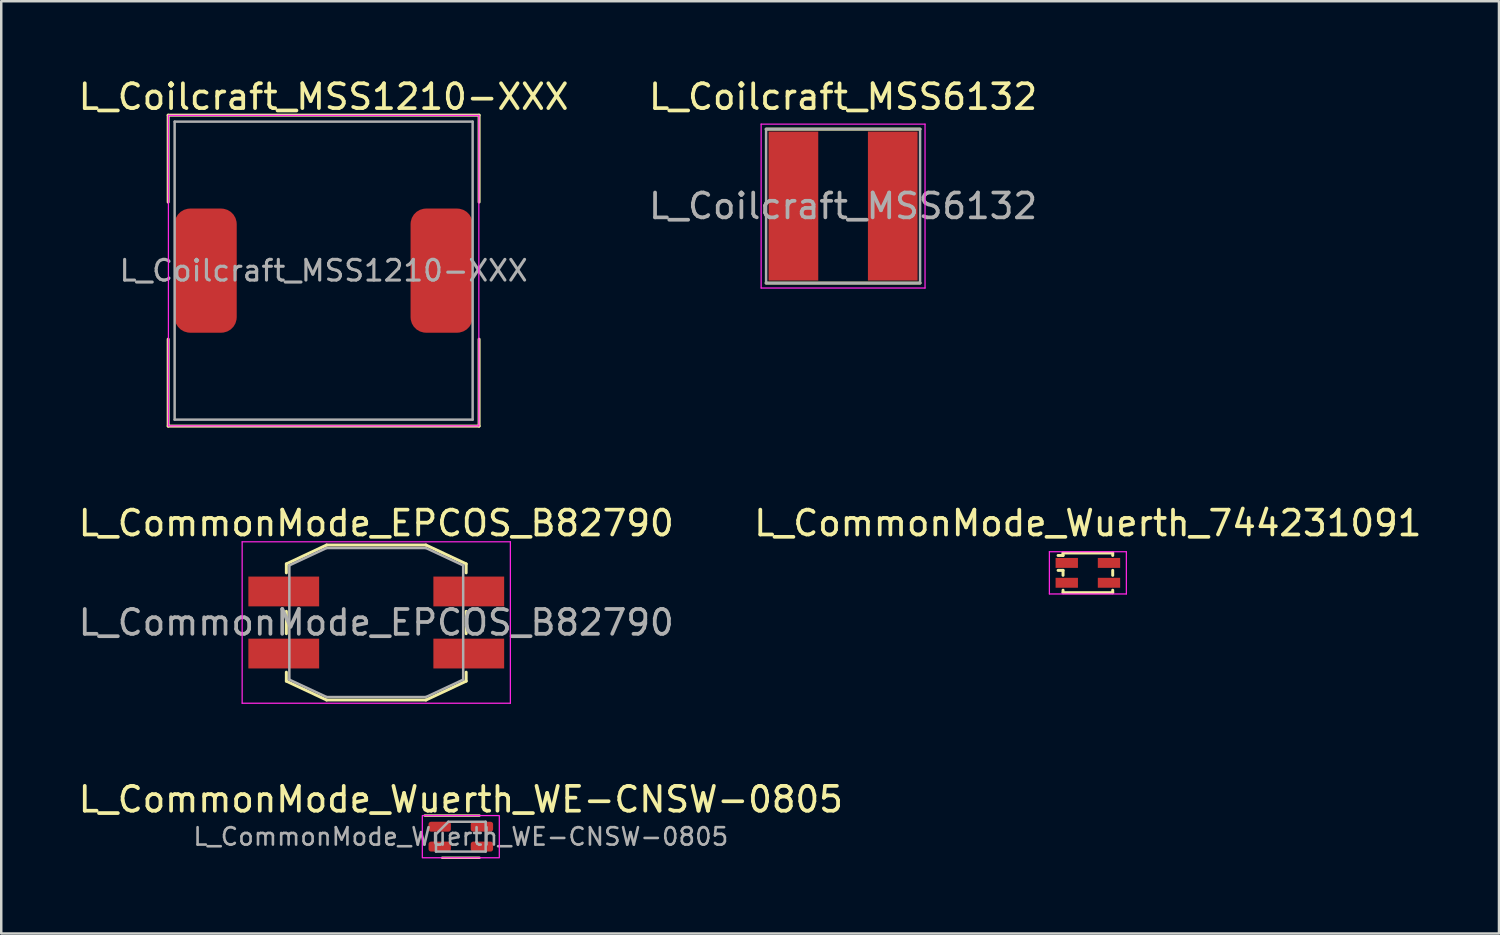
<source format=kicad_pcb>
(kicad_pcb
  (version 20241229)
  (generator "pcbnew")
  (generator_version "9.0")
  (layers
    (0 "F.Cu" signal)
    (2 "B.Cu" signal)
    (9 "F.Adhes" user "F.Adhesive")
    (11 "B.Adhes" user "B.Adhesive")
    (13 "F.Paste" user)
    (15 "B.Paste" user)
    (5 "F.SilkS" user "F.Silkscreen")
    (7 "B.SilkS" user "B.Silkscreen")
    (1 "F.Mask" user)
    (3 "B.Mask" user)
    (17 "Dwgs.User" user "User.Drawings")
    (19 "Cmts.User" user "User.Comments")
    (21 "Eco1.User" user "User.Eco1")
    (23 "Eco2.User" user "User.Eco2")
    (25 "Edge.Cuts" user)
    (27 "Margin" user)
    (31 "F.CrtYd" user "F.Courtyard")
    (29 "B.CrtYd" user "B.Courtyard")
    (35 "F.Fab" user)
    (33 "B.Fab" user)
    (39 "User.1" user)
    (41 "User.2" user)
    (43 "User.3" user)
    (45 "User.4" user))
  (footprint "L_Coilcraft_MSS1210-XXX"
    (layer "F.Cu")
    (at 9.982 7.848)
    (property "Reference" "L_Coilcraft_MSS1210-XXX" (at 0 -7 0) (layer "F.SilkS") (effects (font (size 1 1) (thickness 0.15))))
    (attr smd)
    (fp_line (start -6.26 -6.26) (end -6.26 -2.76) (stroke (width 0.12) (type solid)) (layer "F.SilkS"))
    (fp_line (start -6.26 -6.26) (end 6.26 -6.26) (stroke (width 0.12) (type solid)) (layer "F.SilkS"))
    (fp_line (start -6.26 6.26) (end -6.26 2.76) (stroke (width 0.12) (type solid)) (layer "F.SilkS"))
    (fp_line (start -6.26 6.26) (end 6.26 6.26) (stroke (width 0.12) (type solid)) (layer "F.SilkS"))
    (fp_line (start 6.26 -6.26) (end 6.26 -2.76) (stroke (width 0.12) (type solid)) (layer "F.SilkS"))
    (fp_line (start 6.26 6.26) (end 6.26 2.76) (stroke (width 0.12) (type solid)) (layer "F.SilkS"))
    (fp_line (start -6.25 -6.25) (end -6.25 6.25) (stroke (width 0.05) (type solid)) (layer "F.CrtYd"))
    (fp_line (start -6.25 6.25) (end 6.25 6.25) (stroke (width 0.05) (type solid)) (layer "F.CrtYd"))
    (fp_line (start 6.25 -6.25) (end -6.25 -6.25) (stroke (width 0.05) (type solid)) (layer "F.CrtYd"))
    (fp_line (start 6.25 6.25) (end 6.25 -6.25) (stroke (width 0.05) (type solid)) (layer "F.CrtYd"))
    (fp_line (start -6 -6) (end -6 6) (stroke (width 0.1) (type solid)) (layer "F.Fab"))
    (fp_line (start -6 6) (end 6 6) (stroke (width 0.1) (type solid)) (layer "F.Fab"))
    (fp_line (start 6 -6) (end -6 -6) (stroke (width 0.1) (type solid)) (layer "F.Fab"))
    (fp_line (start 6 6) (end 6 -6) (stroke (width 0.1) (type solid)) (layer "F.Fab"))
    (fp_text user "${REFERENCE}" (at 0 0 0) (layer "F.Fab") (effects (font (size 0.833 0.833) (thickness 0.125))))
    (pad "1" smd roundrect (at -4.75 0) (size 2.5 5) (layers "F.Cu" "F.Mask" "F.Paste") (roundrect_rratio 0.25))
    (pad "2" smd roundrect (at 4.75 0) (size 2.5 5) (layers "F.Cu" "F.Mask" "F.Paste") (roundrect_rratio 0.25)))
  (footprint "L_CommonMode_Wuerth_WE-CNSW-0805"
    (layer "F.Cu")
    (at 15.506 30.64)
    (property "Reference" "L_CommonMode_Wuerth_WE-CNSW-0805" (at 0 -1.5 0) (unlocked yes) (layer "F.SilkS") (effects (font (size 1 1) (thickness 0.15))))
    (attr smd)
    (fp_line (start -1.45 -0.85) (end 0.75 -0.85) (stroke (width 0.1) (type default)) (layer "F.SilkS"))
    (fp_line (start -0.75 0.85) (end 0.75 0.85) (stroke (width 0.1) (type default)) (layer "F.SilkS"))
    (fp_rect (start -1.55 -0.85) (end 1.55 0.85) (stroke (width 0.05) (type default)) (fill no) (layer "F.CrtYd"))
    (fp_line (start -1 -0.1) (end -0.5 -0.6) (stroke (width 0.1) (type default)) (layer "F.Fab"))
    (fp_line (start -1 0.6) (end -1 -0.1) (stroke (width 0.1) (type default)) (layer "F.Fab"))
    (fp_line (start -0.5 -0.6) (end 1 -0.6) (stroke (width 0.1) (type default)) (layer "F.Fab"))
    (fp_line (start 1 -0.6) (end 1 0.6) (stroke (width 0.1) (type default)) (layer "F.Fab"))
    (fp_line (start 1 0.6) (end -1 0.6) (stroke (width 0.1) (type default)) (layer "F.Fab"))
    (fp_text user "${REFERENCE}" (at 0 0 0) (unlocked yes) (layer "F.Fab") (effects (font (size 0.7 0.7) (thickness 0.105))))
    (pad "1" smd roundrect (at -0.85 -0.4) (size 0.9 0.4) (layers "F.Cu" "F.Mask" "F.Paste") (roundrect_rratio 0.25))
    (pad "2" smd roundrect (at 0.85 -0.4) (size 0.9 0.4) (layers "F.Cu" "F.Mask" "F.Paste") (roundrect_rratio 0.25))
    (pad "3" smd roundrect (at -0.85 0.4) (size 0.9 0.4) (layers "F.Cu" "F.Mask" "F.Paste") (roundrect_rratio 0.25))
    (pad "4" smd roundrect (at 0.85 0.4) (size 0.9 0.4) (layers "F.Cu" "F.Mask" "F.Paste") (roundrect_rratio 0.25)))
  (footprint "L_Coilcraft_MSS6132"
    (layer "F.Cu")
    (at 30.899 5.248)
    (property "Reference" "L_Coilcraft_MSS6132" (at 0 -4.4 0) (layer "F.SilkS") (effects (font (size 1 1) (thickness 0.15))))
    (attr smd)
    (fp_line (start -3.1 -3.1) (end 3.1 -3.1) (stroke (width 0.12) (type solid)) (layer "F.SilkS"))
    (fp_line (start 3.1 3.1) (end -3.1 3.1) (stroke (width 0.12) (type solid)) (layer "F.SilkS"))
    (fp_line (start -3.3 -3.3) (end 3.3 -3.3) (stroke (width 0.05) (type solid)) (layer "F.CrtYd"))
    (fp_line (start -3.3 3.3) (end -3.3 -3.3) (stroke (width 0.05) (type solid)) (layer "F.CrtYd"))
    (fp_line (start 3.3 -3.3) (end 3.3 3.3) (stroke (width 0.05) (type solid)) (layer "F.CrtYd"))
    (fp_line (start 3.3 3.3) (end -3.3 3.3) (stroke (width 0.05) (type solid)) (layer "F.CrtYd"))
    (fp_line (start -3.1 -3.1) (end 3.1 -3.1) (stroke (width 0.1) (type solid)) (layer "F.Fab"))
    (fp_line (start -3.1 3.1) (end -3.1 -3.1) (stroke (width 0.1) (type solid)) (layer "F.Fab"))
    (fp_line (start 3.1 -3.1) (end 3.1 3.1) (stroke (width 0.1) (type solid)) (layer "F.Fab"))
    (fp_line (start 3.1 3.1) (end -3.1 3.1) (stroke (width 0.1) (type solid)) (layer "F.Fab"))
    (fp_text user "${REFERENCE}" (at 0 0 0) (layer "F.Fab") (effects (font (size 1 1) (thickness 0.15))))
    (pad "1" smd rect (at -2 0) (size 2 6) (layers "F.Cu" "F.Mask" "F.Paste"))
    (pad "2" smd rect (at 2 0) (size 2 6) (layers "F.Cu" "F.Mask" "F.Paste")))
  (footprint "L_CommonMode_Wuerth_744231091"
    (layer "F.Cu")
    (at 40.756 20.017)
    (property "Reference" "L_CommonMode_Wuerth_744231091" (at 0 -2 0) (layer "F.SilkS") (effects (font (size 1 1) (thickness 0.15))))
    (attr smd)
    (fp_line (start -1 -0.8) (end 1 -0.8) (stroke (width 0.12) (type solid)) (layer "F.SilkS"))
    (fp_line (start -1 -0.7) (end -1.2 -0.7) (stroke (width 0.12) (type solid)) (layer "F.SilkS"))
    (fp_line (start -1 -0.7) (end -1 -0.8) (stroke (width 0.12) (type solid)) (layer "F.SilkS"))
    (fp_line (start -1 -0.1) (end -1.2 -0.1) (stroke (width 0.12) (type solid)) (layer "F.SilkS"))
    (fp_line (start -1 0.1) (end -1 -0.1) (stroke (width 0.12) (type solid)) (layer "F.SilkS"))
    (fp_line (start -1 0.8) (end -1 0.7) (stroke (width 0.12) (type solid)) (layer "F.SilkS"))
    (fp_line (start -1 0.8) (end 1 0.8) (stroke (width 0.12) (type solid)) (layer "F.SilkS"))
    (fp_line (start 1 -0.7) (end 1 -0.8) (stroke (width 0.12) (type solid)) (layer "F.SilkS"))
    (fp_line (start 1 0.1) (end 1 -0.1) (stroke (width 0.12) (type solid)) (layer "F.SilkS"))
    (fp_line (start 1 0.8) (end 1 0.7) (stroke (width 0.12) (type solid)) (layer "F.SilkS"))
    (fp_line (start -1.55 -0.85) (end -1.55 0.85) (stroke (width 0.05) (type solid)) (layer "F.CrtYd"))
    (fp_line (start -1.55 -0.85) (end 1.55 -0.85) (stroke (width 0.05) (type solid)) (layer "F.CrtYd"))
    (fp_line (start -1.55 0.85) (end 1.55 0.85) (stroke (width 0.05) (type solid)) (layer "F.CrtYd"))
    (fp_line (start 1.55 -0.85) (end 1.55 0.85) (stroke (width 0.05) (type solid)) (layer "F.CrtYd"))
    (pad "1" smd trapezoid (at -0.85 -0.4) (size 0.9 0.4) (layers "F.Cu" "F.Mask" "F.Paste"))
    (pad "2" smd trapezoid (at 0.85 -0.4) (size 0.9 0.4) (layers "F.Cu" "F.Mask" "F.Paste"))
    (pad "3" smd trapezoid (at -0.85 0.4) (size 0.9 0.4) (layers "F.Cu" "F.Mask" "F.Paste"))
    (pad "4" smd trapezoid (at 0.85 0.4) (size 0.9 0.4) (layers "F.Cu" "F.Mask" "F.Paste")))
  (footprint "L_CommonMode_EPCOS_B82790"
    (layer "F.Cu")
    (at 12.101 22.017)
    (property "Reference" "L_CommonMode_EPCOS_B82790" (at 0 -4 0) (layer "F.SilkS") (effects (font (size 1 1) (thickness 0.15))))
    (attr smd)
    (fp_line (start -3.62 -2.36) (end -3.62 -2) (stroke (width 0.12) (type solid)) (layer "F.SilkS"))
    (fp_line (start -3.62 -0.45) (end -3.62 0.45) (stroke (width 0.12) (type solid)) (layer "F.SilkS"))
    (fp_line (start -3.62 2.36) (end -3.62 2) (stroke (width 0.12) (type solid)) (layer "F.SilkS"))
    (fp_line (start -2 -3.12) (end -3.62 -2.36) (stroke (width 0.12) (type solid)) (layer "F.SilkS"))
    (fp_line (start -2 -3.12) (end 2 -3.12) (stroke (width 0.12) (type solid)) (layer "F.SilkS"))
    (fp_line (start -2 3.12) (end -3.62 2.36) (stroke (width 0.12) (type solid)) (layer "F.SilkS"))
    (fp_line (start 2 -3.12) (end 3.62 -2.36) (stroke (width 0.12) (type solid)) (layer "F.SilkS"))
    (fp_line (start 2 3.12) (end -2 3.12) (stroke (width 0.12) (type solid)) (layer "F.SilkS"))
    (fp_line (start 2 3.12) (end 3.62 2.36) (stroke (width 0.12) (type solid)) (layer "F.SilkS"))
    (fp_line (start 3.62 -2.36) (end 3.62 -2) (stroke (width 0.12) (type solid)) (layer "F.SilkS"))
    (fp_line (start 3.62 -0.45) (end 3.62 0.45) (stroke (width 0.12) (type solid)) (layer "F.SilkS"))
    (fp_line (start 3.62 2.36) (end 3.62 2) (stroke (width 0.12) (type solid)) (layer "F.SilkS"))
    (fp_line (start -5.4 -3.25) (end 5.4 -3.25) (stroke (width 0.05) (type solid)) (layer "F.CrtYd"))
    (fp_line (start -5.4 3.25) (end -5.4 -3.25) (stroke (width 0.05) (type solid)) (layer "F.CrtYd"))
    (fp_line (start 5.4 -3.25) (end 5.4 3.25) (stroke (width 0.05) (type solid)) (layer "F.CrtYd"))
    (fp_line (start 5.4 3.25) (end -5.4 3.25) (stroke (width 0.05) (type solid)) (layer "F.CrtYd"))
    (fp_line (start -3.5 -2.3) (end -3.5 2.3) (stroke (width 0.1) (type solid)) (layer "F.Fab"))
    (fp_line (start -3.5 -2.3) (end -2 -3) (stroke (width 0.1) (type solid)) (layer "F.Fab"))
    (fp_line (start -3.5 2.3) (end -2 3) (stroke (width 0.1) (type solid)) (layer "F.Fab"))
    (fp_line (start -2 -3) (end 2 -3) (stroke (width 0.1) (type solid)) (layer "F.Fab"))
    (fp_line (start 2 3) (end -2 3) (stroke (width 0.1) (type solid)) (layer "F.Fab"))
    (fp_line (start 3.5 -2.3) (end 2 -3) (stroke (width 0.1) (type solid)) (layer "F.Fab"))
    (fp_line (start 3.5 -2.3) (end 3.5 2.3) (stroke (width 0.1) (type solid)) (layer "F.Fab"))
    (fp_line (start 3.5 2.3) (end 2 3) (stroke (width 0.1) (type solid)) (layer "F.Fab"))
    (fp_text user "${REFERENCE}" (at 0 0 0) (layer "F.Fab") (effects (font (size 1 1) (thickness 0.15))))
    (pad "1" smd rect (at -3.725 -1.25) (size 2.85 1.2) (layers "F.Cu" "F.Mask" "F.Paste"))
    (pad "2" smd rect (at 3.725 -1.25) (size 2.85 1.2) (layers "F.Cu" "F.Mask" "F.Paste"))
    (pad "3" smd rect (at -3.725 1.25) (size 2.85 1.2) (layers "F.Cu" "F.Mask" "F.Paste"))
    (pad "4" smd rect (at 3.725 1.25) (size 2.85 1.2) (layers "F.Cu" "F.Mask" "F.Paste")))
  (gr_rect
    (start -3 -3)
    (end 57.31 34.54)
    (stroke (width 0.1) (type default))
    (fill no)
    (layer "Edge.Cuts")))
</source>
